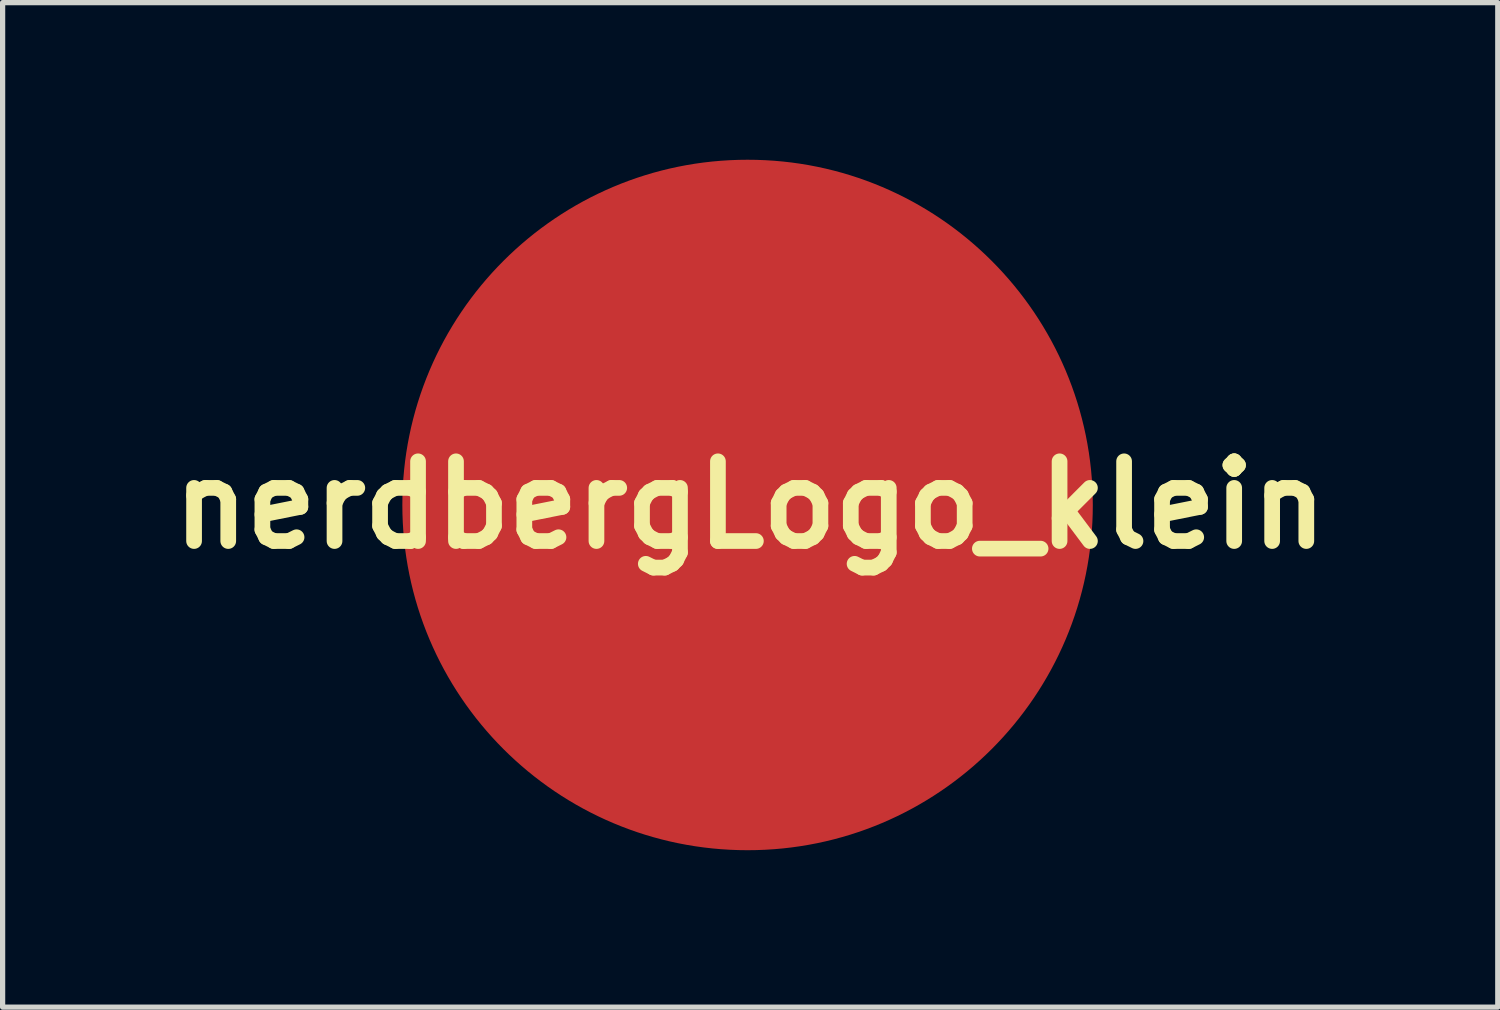
<source format=kicad_pcb>
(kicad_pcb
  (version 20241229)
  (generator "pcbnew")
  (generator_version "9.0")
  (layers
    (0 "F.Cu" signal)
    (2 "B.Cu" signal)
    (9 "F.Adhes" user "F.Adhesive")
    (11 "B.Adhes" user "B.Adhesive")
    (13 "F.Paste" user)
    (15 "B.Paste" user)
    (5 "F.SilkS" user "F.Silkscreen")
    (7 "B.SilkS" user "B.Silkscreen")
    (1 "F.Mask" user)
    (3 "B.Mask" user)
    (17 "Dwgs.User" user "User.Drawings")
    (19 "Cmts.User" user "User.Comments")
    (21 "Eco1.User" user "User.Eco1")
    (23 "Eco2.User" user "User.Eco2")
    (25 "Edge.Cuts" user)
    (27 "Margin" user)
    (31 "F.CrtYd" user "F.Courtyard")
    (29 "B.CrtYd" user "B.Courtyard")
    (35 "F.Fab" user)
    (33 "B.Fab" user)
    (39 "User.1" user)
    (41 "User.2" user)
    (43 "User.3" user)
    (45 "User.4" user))
  (footprint "nerdbergLogo_klein"
    (layer "F.Cu")
    (at 11.292 6.604)
    (property "Reference" "nerdbergLogo_klein" (at 0 0 0) (layer "F.SilkS") (effects (font (size 1.524 1.524) (thickness 0.3))))
    (attr through_hole)
    (fp_poly (pts (xy 0.528 -6.577) (xy 0.932 -6.53) (xy 0.969 -6.525) (xy 1.366 -6.451) (xy 1.757 -6.353) (xy 2.14 -6.231) (xy 2.515 -6.087) (xy 2.88 -5.919) (xy 3.235 -5.731) (xy 3.577 -5.521) (xy 3.906 -5.29) (xy 4.22 -5.039) (xy 4.519 -4.77) (xy 4.668 -4.621) (xy 4.948 -4.316) (xy 5.207 -3.998) (xy 5.443 -3.667) (xy 5.658 -3.324) (xy 5.85 -2.969) (xy 6.019 -2.602) (xy 6.166 -2.225) (xy 6.29 -1.837) (xy 6.391 -1.439) (xy 6.468 -1.031) (xy 6.515 -0.683) (xy 6.524 -0.584) (xy 6.531 -0.464) (xy 6.535 -0.329) (xy 6.538 -0.183) (xy 6.54 -0.032) (xy 6.539 0.12) (xy 6.536 0.267) (xy 6.532 0.404) (xy 6.525 0.528) (xy 6.517 0.632) (xy 6.515 0.65) (xy 6.458 1.064) (xy 6.377 1.466) (xy 6.274 1.859) (xy 6.148 2.241) (xy 5.998 2.615) (xy 5.859 2.913) (xy 5.823 2.983) (xy 5.789 3.05) (xy 5.759 3.109) (xy 5.735 3.154) (xy 5.723 3.175) (xy 5.57 3.434) (xy 5.417 3.672) (xy 5.261 3.895) (xy 5.096 4.108) (xy 4.921 4.314) (xy 4.731 4.52) (xy 4.615 4.638) (xy 4.348 4.892) (xy 4.078 5.124) (xy 3.801 5.336) (xy 3.512 5.531) (xy 3.208 5.712) (xy 2.885 5.882) (xy 2.83 5.909) (xy 2.496 6.06) (xy 2.161 6.191) (xy 1.822 6.301) (xy 1.475 6.393) (xy 1.116 6.466) (xy 0.742 6.522) (xy 0.614 6.537) (xy 0.537 6.543) (xy 0.44 6.549) (xy 0.327 6.554) (xy 0.204 6.558) (xy 0.076 6.561) (xy -0.052 6.563) (xy -0.176 6.563) (xy -0.29 6.562) (xy -0.389 6.56) (xy -0.468 6.556) (xy -0.472 6.555) (xy -0.884 6.513) (xy -1.29 6.446) (xy -1.689 6.355) (xy -2.079 6.24) (xy -2.46 6.102) (xy -2.832 5.942) (xy -3.194 5.759) (xy -3.543 5.553) (xy -3.881 5.326) (xy -4.206 5.077) (xy -4.314 4.987) (xy -4.391 4.918) (xy -4.481 4.835) (xy -4.578 4.742) (xy -4.679 4.642) (xy -4.779 4.54) (xy -4.874 4.441) (xy -4.961 4.348) (xy -5.034 4.265) (xy -5.062 4.232) (xy -5.319 3.906) (xy -5.552 3.571) (xy -5.762 3.228) (xy -5.949 2.874) (xy -6.113 2.511) (xy -6.254 2.136) (xy -6.373 1.75) (xy -6.47 1.352) (xy -6.545 0.941) (xy -6.583 0.656) (xy -6.591 0.571) (xy -6.597 0.466) (xy -6.602 0.343) (xy -6.605 0.21) (xy -6.607 0.068) (xy -6.607 -0.004) (xy -6.377 -0.004) (xy -6.375 0.202) (xy -6.368 0.39) (xy -6.357 0.565) (xy -6.341 0.734) (xy -6.318 0.902) (xy -6.289 1.078) (xy -6.256 1.246) (xy -6.165 1.632) (xy -6.05 2.012) (xy -5.911 2.385) (xy -5.749 2.748) (xy -5.565 3.101) (xy -5.36 3.441) (xy -5.137 3.763) (xy -4.941 4.013) (xy -4.723 4.261) (xy -4.491 4.503) (xy -4.247 4.732) (xy -3.998 4.944) (xy -3.842 5.066) (xy -3.539 5.279) (xy -3.218 5.477) (xy -2.883 5.657) (xy -2.539 5.818) (xy -2.188 5.958) (xy -2.021 6.016) (xy -1.655 6.125) (xy -1.28 6.212) (xy -0.9 6.276) (xy -0.517 6.317) (xy -0.136 6.335) (xy 0.241 6.329) (xy 0.283 6.327) (xy 0.692 6.292) (xy 1.093 6.233) (xy 1.485 6.15) (xy 1.87 6.043) (xy 2.245 5.912) (xy 2.612 5.757) (xy 2.97 5.579) (xy 3.318 5.377) (xy 3.382 5.337) (xy 3.711 5.112) (xy 4.024 4.868) (xy 4.321 4.605) (xy 4.6 4.324) (xy 4.862 4.026) (xy 5.105 3.712) (xy 5.328 3.382) (xy 5.531 3.038) (xy 5.713 2.681) (xy 5.723 2.66) (xy 5.879 2.296) (xy 6.011 1.925) (xy 6.119 1.548) (xy 6.203 1.166) (xy 6.264 0.78) (xy 6.301 0.392) (xy 6.314 0.003) (xy 6.303 -0.386) (xy 6.268 -0.774) (xy 6.21 -1.16) (xy 6.129 -1.541) (xy 6.023 -1.918) (xy 5.895 -2.289) (xy 5.742 -2.652) (xy 5.567 -3.007) (xy 5.558 -3.024) (xy 5.404 -3.295) (xy 5.244 -3.549) (xy 5.075 -3.79) (xy 4.892 -4.023) (xy 4.692 -4.252) (xy 4.472 -4.484) (xy 4.437 -4.519) (xy 4.244 -4.705) (xy 4.057 -4.873) (xy 3.869 -5.027) (xy 3.675 -5.173) (xy 3.468 -5.314) (xy 3.382 -5.37) (xy 3.037 -5.575) (xy 2.682 -5.757) (xy 2.318 -5.916) (xy 1.946 -6.051) (xy 1.568 -6.163) (xy 1.184 -6.25) (xy 0.795 -6.314) (xy 0.402 -6.353) (xy 0.007 -6.368) (xy -0.389 -6.358) (xy -0.786 -6.323) (xy -1.183 -6.263) (xy -1.307 -6.239) (xy -1.684 -6.15) (xy -2.057 -6.036) (xy -2.425 -5.899) (xy -2.785 -5.739) (xy -3.134 -5.558) (xy -3.472 -5.356) (xy -3.562 -5.297) (xy -3.855 -5.088) (xy -4.141 -4.858) (xy -4.417 -4.608) (xy -4.679 -4.344) (xy -4.925 -4.066) (xy -5.134 -3.801) (xy -5.357 -3.481) (xy -5.56 -3.145) (xy -5.742 -2.797) (xy -5.903 -2.437) (xy -6.042 -2.068) (xy -6.158 -1.691) (xy -6.25 -1.308) (xy -6.319 -0.921) (xy -6.319 -0.918) (xy -6.336 -0.796) (xy -6.349 -0.684) (xy -6.36 -0.579) (xy -6.367 -0.475) (xy -6.372 -0.365) (xy -6.375 -0.246) (xy -6.377 -0.11) (xy -6.377 -0.004) (xy -6.607 -0.004) (xy -6.607 -0.075) (xy -6.606 -0.217) (xy -6.603 -0.353) (xy -6.598 -0.478) (xy -6.592 -0.587) (xy -6.585 -0.676) (xy -6.583 -0.69) (xy -6.523 -1.109) (xy -6.441 -1.516) (xy -6.337 -1.91) (xy -6.211 -2.292) (xy -6.062 -2.663) (xy -5.891 -3.023) (xy -5.697 -3.373) (xy -5.48 -3.713) (xy -5.239 -4.045) (xy -5.062 -4.266) (xy -4.996 -4.342) (xy -4.915 -4.43) (xy -4.824 -4.527) (xy -4.725 -4.629) (xy -4.624 -4.73) (xy -4.525 -4.826) (xy -4.431 -4.915) (xy -4.348 -4.99) (xy -4.314 -5.02) (xy -3.996 -5.275) (xy -3.665 -5.508) (xy -3.322 -5.72) (xy -2.968 -5.909) (xy -2.604 -6.077) (xy -2.232 -6.222) (xy -1.852 -6.344) (xy -1.465 -6.442) (xy -1.073 -6.518) (xy -0.677 -6.569) (xy -0.277 -6.596) (xy 0.125 -6.599) (xy 0.528 -6.577)) (stroke (width 0.01) (type solid)) (fill yes) (layer "F.Mask"))
    (fp_poly (pts (xy 2.522 -5.746) (xy 2.552 -5.738) (xy 2.57 -5.726) (xy 2.58 -5.704) (xy 2.586 -5.665) (xy 2.588 -5.643) (xy 2.595 -5.586) (xy 2.603 -5.522) (xy 2.609 -5.484) (xy 2.614 -5.449) (xy 2.616 -5.414) (xy 2.614 -5.375) (xy 2.609 -5.327) (xy 2.599 -5.262) (xy 2.589 -5.205) (xy 2.569 -5.093) (xy 2.553 -5.004) (xy 2.538 -4.935) (xy 2.525 -4.882) (xy 2.513 -4.845) (xy 2.501 -4.819) (xy 2.493 -4.807) (xy 2.483 -4.787) (xy 2.471 -4.748) (xy 2.456 -4.69) (xy 2.439 -4.61) (xy 2.418 -4.507) (xy 2.405 -4.44) (xy 2.388 -4.348) (xy 2.372 -4.261) (xy 2.359 -4.184) (xy 2.348 -4.12) (xy 2.341 -4.073) (xy 2.338 -4.049) (xy 2.334 -3.994) (xy 2.404 -3.967) (xy 2.474 -3.939) (xy 2.474 -3.883) (xy 2.472 -3.848) (xy 2.466 -3.796) (xy 2.459 -3.732) (xy 2.449 -3.668) (xy 2.441 -3.604) (xy 2.435 -3.547) (xy 2.433 -3.502) (xy 2.434 -3.475) (xy 2.434 -3.475) (xy 2.451 -3.445) (xy 2.485 -3.413) (xy 2.496 -3.404) (xy 2.529 -3.38) (xy 2.545 -3.359) (xy 2.549 -3.332) (xy 2.549 -3.323) (xy 2.541 -3.284) (xy 2.518 -3.231) (xy 2.494 -3.187) (xy 2.441 -3.096) (xy 2.328 -2.426) (xy 2.295 -2.231) (xy 2.262 -2.039) (xy 2.23 -1.852) (xy 2.198 -1.672) (xy 2.167 -1.5) (xy 2.138 -1.338) (xy 2.111 -1.187) (xy 2.086 -1.05) (xy 2.063 -0.928) (xy 2.042 -0.822) (xy 2.025 -0.734) (xy 2.01 -0.666) (xy 2 -0.62) (xy 1.993 -0.597) (xy 1.992 -0.595) (xy 1.976 -0.586) (xy 1.946 -0.577) (xy 1.941 -0.576) (xy 1.912 -0.57) (xy 1.897 -0.564) (xy 1.896 -0.564) (xy 1.894 -0.551) (xy 1.888 -0.515) (xy 1.879 -0.457) (xy 1.866 -0.38) (xy 1.851 -0.286) (xy 1.833 -0.177) (xy 1.813 -0.054) (xy 1.79 0.081) (xy 1.767 0.225) (xy 1.742 0.378) (xy 1.715 0.535) (xy 1.689 0.697) (xy 1.662 0.861) (xy 1.634 1.025) (xy 1.608 1.187) (xy 1.581 1.345) (xy 1.556 1.498) (xy 1.532 1.643) (xy 1.51 1.778) (xy 1.489 1.902) (xy 1.484 1.933) (xy 1.453 2.12) (xy 1.425 2.284) (xy 1.401 2.428) (xy 1.379 2.555) (xy 1.359 2.667) (xy 1.341 2.766) (xy 1.325 2.855) (xy 1.309 2.936) (xy 1.293 3.013) (xy 1.277 3.086) (xy 1.261 3.16) (xy 1.244 3.236) (xy 1.229 3.298) (xy 1.171 3.551) (xy 1.117 3.795) (xy 1.068 4.026) (xy 1.024 4.243) (xy 0.985 4.443) (xy 0.953 4.624) (xy 0.928 4.783) (xy 0.927 4.793) (xy 0.915 4.866) (xy 0.903 4.932) (xy 0.891 4.987) (xy 0.881 5.025) (xy 0.876 5.038) (xy 0.862 5.068) (xy 0.841 5.112) (xy 0.817 5.163) (xy 0.812 5.174) (xy 0.768 5.263) (xy 0.723 5.335) (xy 0.669 5.402) (xy 0.625 5.449) (xy 0.528 5.533) (xy 0.419 5.604) (xy 0.306 5.659) (xy 0.272 5.671) (xy 0.227 5.685) (xy 0.186 5.695) (xy 0.142 5.702) (xy 0.088 5.706) (xy 0.019 5.71) (xy -0.032 5.711) (xy -0.127 5.713) (xy -0.202 5.712) (xy -0.261 5.707) (xy -0.307 5.7) (xy -0.307 5.7) (xy -0.429 5.665) (xy -0.542 5.619) (xy -0.641 5.565) (xy -0.725 5.505) (xy -0.79 5.44) (xy -0.833 5.373) (xy -0.834 5.371) (xy -0.872 5.273) (xy -0.903 5.158) (xy -0.93 5.026) (xy -0.952 4.875) (xy -0.97 4.702) (xy -0.983 4.507) (xy -0.988 4.399) (xy -0.992 4.301) (xy -0.994 4.203) (xy -0.995 4.103) (xy -0.995 3.998) (xy -0.994 3.887) (xy -0.991 3.767) (xy -0.987 3.636) (xy -0.981 3.491) (xy -0.973 3.331) (xy -0.964 3.153) (xy -0.953 2.955) (xy -0.94 2.734) (xy -0.936 2.657) (xy -0.921 2.393) (xy -0.908 2.153) (xy -0.897 1.937) (xy -0.89 1.741) (xy -0.884 1.566) (xy -0.881 1.409) (xy -0.881 1.271) (xy -0.884 1.148) (xy -0.889 1.041) (xy -0.898 0.947) (xy -0.909 0.866) (xy -0.923 0.795) (xy -0.94 0.735) (xy -0.96 0.684) (xy -0.983 0.639) (xy -1.009 0.601) (xy -1.023 0.584) (xy -1.103 0.512) (xy -1.197 0.458) (xy -1.301 0.424) (xy -1.411 0.411) (xy -1.523 0.419) (xy -1.565 0.428) (xy -1.659 0.457) (xy -1.736 0.492) (xy -1.801 0.536) (xy -1.855 0.593) (xy -1.902 0.665) (xy -1.943 0.755) (xy -1.983 0.867) (xy -1.994 0.904) (xy -2.006 0.945) (xy -2.018 0.985) (xy -2.028 1.027) (xy -2.038 1.071) (xy -2.048 1.119) (xy -2.058 1.173) (xy -2.068 1.233) (xy -2.079 1.301) (xy -2.09 1.38) (xy -2.101 1.469) (xy -2.114 1.571) (xy -2.127 1.687) (xy -2.142 1.818) (xy -2.158 1.967) (xy -2.176 2.133) (xy -2.196 2.32) (xy -2.218 2.528) (xy -2.242 2.758) (xy -2.263 2.962) (xy -2.294 3.264) (xy -2.323 3.543) (xy -2.35 3.798) (xy -2.374 4.03) (xy -2.396 4.24) (xy -2.416 4.429) (xy -2.434 4.598) (xy -2.45 4.748) (xy -2.464 4.879) (xy -2.476 4.992) (xy -2.487 5.088) (xy -2.496 5.168) (xy -2.504 5.233) (xy -2.509 5.273) (xy -2.533 5.457) (xy -2.534 5.335) (xy -2.534 5.252) (xy -2.532 5.146) (xy -2.527 5.021) (xy -2.52 4.878) (xy -2.512 4.719) (xy -2.502 4.546) (xy -2.49 4.36) (xy -2.477 4.164) (xy -2.463 3.96) (xy -2.448 3.749) (xy -2.431 3.534) (xy -2.415 3.316) (xy -2.397 3.098) (xy -2.379 2.88) (xy -2.361 2.666) (xy -2.343 2.457) (xy -2.324 2.255) (xy -2.306 2.062) (xy -2.289 1.88) (xy -2.272 1.711) (xy -2.255 1.557) (xy -2.239 1.419) (xy -2.225 1.3) (xy -2.211 1.201) (xy -2.199 1.124) (xy -2.193 1.095) (xy -2.148 0.912) (xy -2.094 0.751) (xy -2.032 0.612) (xy -1.962 0.495) (xy -1.884 0.402) (xy -1.799 0.332) (xy -1.785 0.324) (xy -1.698 0.281) (xy -1.605 0.256) (xy -1.5 0.246) (xy -1.425 0.248) (xy -1.275 0.265) (xy -1.143 0.301) (xy -1.029 0.354) (xy -0.933 0.425) (xy -0.855 0.513) (xy -0.796 0.619) (xy -0.756 0.741) (xy -0.751 0.763) (xy -0.736 0.854) (xy -0.726 0.967) (xy -0.719 1.101) (xy -0.717 1.258) (xy -0.719 1.437) (xy -0.724 1.64) (xy -0.735 1.866) (xy -0.749 2.117) (xy -0.757 2.244) (xy -0.777 2.553) (xy -0.793 2.841) (xy -0.807 3.11) (xy -0.818 3.363) (xy -0.826 3.605) (xy -0.831 3.837) (xy -0.834 4.064) (xy -0.834 4.209) (xy -0.834 4.339) (xy -0.833 4.447) (xy -0.832 4.538) (xy -0.829 4.615) (xy -0.826 4.681) (xy -0.822 4.742) (xy -0.816 4.8) (xy -0.809 4.856) (xy -0.792 4.976) (xy -0.774 5.074) (xy -0.752 5.155) (xy -0.725 5.224) (xy -0.691 5.284) (xy -0.65 5.341) (xy -0.598 5.398) (xy -0.588 5.407) (xy -0.535 5.456) (xy -0.484 5.493) (xy -0.429 5.52) (xy -0.366 5.539) (xy -0.287 5.553) (xy -0.19 5.564) (xy -0.178 5.565) (xy -0.031 5.57) (xy 0.096 5.562) (xy 0.205 5.539) (xy 0.227 5.532) (xy 0.335 5.488) (xy 0.442 5.431) (xy 0.54 5.365) (xy 0.623 5.294) (xy 0.658 5.257) (xy 0.7 5.205) (xy 0.738 5.152) (xy 0.768 5.104) (xy 0.786 5.066) (xy 0.791 5.047) (xy 0.787 5.028) (xy 0.772 5.016) (xy 0.741 5.007) (xy 0.69 4.999) (xy 0.675 4.998) (xy 0.633 4.994) (xy 0.611 4.996) (xy 0.602 5.003) (xy 0.601 5.011) (xy 0.596 5.032) (xy 0.581 5.069) (xy 0.561 5.115) (xy 0.553 5.131) (xy 0.488 5.238) (xy 0.407 5.327) (xy 0.31 5.395) (xy 0.199 5.443) (xy 0.074 5.47) (xy -0.034 5.476) (xy -0.163 5.466) (xy -0.284 5.437) (xy -0.392 5.392) (xy -0.487 5.33) (xy -0.563 5.254) (xy -0.61 5.185) (xy -0.633 5.139) (xy -0.652 5.09) (xy -0.669 5.034) (xy -0.684 4.971) (xy -0.695 4.898) (xy -0.705 4.813) (xy -0.712 4.714) (xy -0.718 4.6) (xy -0.722 4.468) (xy -0.724 4.316) (xy -0.725 4.142) (xy -0.725 3.984) (xy -0.725 3.876) (xy -0.725 3.779) (xy -0.724 3.692) (xy -0.724 3.611) (xy -0.723 3.536) (xy -0.721 3.463) (xy -0.719 3.389) (xy -0.716 3.314) (xy -0.713 3.234) (xy -0.709 3.147) (xy -0.704 3.051) (xy -0.697 2.943) (xy -0.69 2.821) (xy -0.681 2.683) (xy -0.671 2.527) (xy -0.66 2.35) (xy -0.648 2.161) (xy -0.641 2.037) (xy -0.635 1.893) (xy -0.631 1.736) (xy -0.627 1.571) (xy -0.626 1.404) (xy -0.626 1.368) (xy -0.625 1.244) (xy -0.626 1.144) (xy -0.626 1.062) (xy -0.627 0.996) (xy -0.629 0.943) (xy -0.632 0.9) (xy -0.636 0.863) (xy -0.641 0.83) (xy -0.647 0.798) (xy -0.653 0.771) (xy -0.689 0.642) (xy -0.738 0.533) (xy -0.801 0.44) (xy -0.883 0.36) (xy -0.985 0.289) (xy -1.067 0.244) (xy -1.153 0.205) (xy -1.226 0.178) (xy -1.294 0.163) (xy -1.366 0.157) (xy -1.45 0.158) (xy -1.463 0.159) (xy -1.607 0.177) (xy -1.734 0.211) (xy -1.845 0.264) (xy -1.942 0.337) (xy -2.028 0.43) (xy -2.104 0.545) (xy -2.113 0.561) (xy -2.13 0.594) (xy -2.146 0.624) (xy -2.161 0.653) (xy -2.174 0.682) (xy -2.187 0.714) (xy -2.199 0.749) (xy -2.21 0.788) (xy -2.221 0.833) (xy -2.232 0.886) (xy -2.243 0.947) (xy -2.254 1.018) (xy -2.266 1.101) (xy -2.279 1.197) (xy -2.292 1.307) (xy -2.307 1.433) (xy -2.324 1.576) (xy -2.342 1.737) (xy -2.362 1.918) (xy -2.384 2.12) (xy -2.409 2.345) (xy -2.435 2.58) (xy -2.455 2.769) (xy -2.476 2.959) (xy -2.498 3.149) (xy -2.519 3.337) (xy -2.54 3.52) (xy -2.56 3.697) (xy -2.58 3.865) (xy -2.598 4.022) (xy -2.615 4.165) (xy -2.631 4.293) (xy -2.644 4.403) (xy -2.656 4.494) (xy -2.665 4.562) (xy -2.668 4.581) (xy -2.685 4.695) (xy -2.679 4.53) (xy -2.676 4.467) (xy -2.671 4.382) (xy -2.664 4.275) (xy -2.655 4.149) (xy -2.644 4.007) (xy -2.631 3.85) (xy -2.617 3.681) (xy -2.602 3.501) (xy -2.586 3.313) (xy -2.569 3.119) (xy -2.552 2.921) (xy -2.534 2.721) (xy -2.516 2.522) (xy -2.497 2.325) (xy -2.479 2.132) (xy -2.462 1.946) (xy -2.444 1.77) (xy -2.428 1.604) (xy -2.412 1.451) (xy -2.398 1.313) (xy -2.384 1.193) (xy -2.377 1.125) (xy -2.36 0.993) (xy -2.343 0.884) (xy -2.325 0.792) (xy -2.305 0.713) (xy -2.281 0.645) (xy -2.253 0.583) (xy -2.219 0.522) (xy -2.192 0.481) (xy -2.093 0.354) (xy -1.982 0.249) (xy -1.859 0.166) (xy -1.725 0.105) (xy -1.582 0.068) (xy -1.43 0.054) (xy -1.418 0.054) (xy -1.266 0.066) (xy -1.122 0.102) (xy -0.988 0.16) (xy -0.865 0.241) (xy -0.755 0.342) (xy -0.659 0.464) (xy -0.655 0.47) (xy -0.622 0.524) (xy -0.593 0.576) (xy -0.571 0.63) (xy -0.552 0.687) (xy -0.539 0.752) (xy -0.529 0.826) (xy -0.522 0.912) (xy -0.519 1.014) (xy -0.518 1.135) (xy -0.52 1.276) (xy -0.521 1.361) (xy -0.528 1.627) (xy -0.539 1.908) (xy -0.554 2.205) (xy -0.573 2.523) (xy -0.586 2.72) (xy -0.601 2.952) (xy -0.612 3.183) (xy -0.621 3.411) (xy -0.627 3.634) (xy -0.63 3.85) (xy -0.63 4.057) (xy -0.627 4.253) (xy -0.622 4.437) (xy -0.614 4.605) (xy -0.603 4.757) (xy -0.59 4.89) (xy -0.574 5.003) (xy -0.555 5.093) (xy -0.549 5.116) (xy -0.517 5.181) (xy -0.461 5.243) (xy -0.381 5.303) (xy -0.291 5.352) (xy -0.182 5.406) (xy 0.137 5.406) (xy 0.232 5.356) (xy 0.317 5.302) (xy 0.394 5.238) (xy 0.459 5.167) (xy 0.504 5.098) (xy 0.524 5.05) (xy 0.538 4.994) (xy 0.548 4.923) (xy 0.55 4.908) (xy 0.552 4.889) (xy 0.71 4.889) (xy 0.713 4.915) (xy 0.723 4.932) (xy 0.737 4.943) (xy 0.758 4.951) (xy 0.771 4.954) (xy 0.81 4.964) (xy 0.84 4.967) (xy 0.855 4.964) (xy 0.855 4.963) (xy 0.857 4.944) (xy 0.863 4.903) (xy 0.872 4.846) (xy 0.883 4.776) (xy 0.896 4.697) (xy 0.91 4.613) (xy 0.925 4.528) (xy 0.939 4.447) (xy 0.952 4.372) (xy 0.964 4.309) (xy 0.964 4.308) (xy 0.983 4.21) (xy 1.005 4.099) (xy 1.03 3.979) (xy 1.057 3.853) (xy 1.085 3.724) (xy 1.113 3.596) (xy 1.141 3.471) (xy 1.168 3.353) (xy 1.193 3.246) (xy 1.215 3.151) (xy 1.235 3.074) (xy 1.25 3.016) (xy 1.256 2.996) (xy 1.258 2.982) (xy 1.247 2.976) (xy 1.22 2.976) (xy 1.197 2.977) (xy 1.132 2.981) (xy 1.076 3.155) (xy 1.024 3.33) (xy 0.974 3.519) (xy 0.924 3.725) (xy 0.874 3.951) (xy 0.825 4.197) (xy 0.775 4.465) (xy 0.746 4.628) (xy 0.73 4.723) (xy 0.718 4.796) (xy 0.712 4.85) (xy 0.71 4.889) (xy 0.552 4.889) (xy 0.554 4.864) (xy 0.561 4.8) (xy 0.571 4.719) (xy 0.581 4.625) (xy 0.593 4.522) (xy 0.606 4.415) (xy 0.613 4.359) (xy 0.627 4.234) (xy 0.643 4.093) (xy 0.66 3.941) (xy 0.677 3.787) (xy 0.692 3.639) (xy 0.706 3.503) (xy 0.709 3.476) (xy 0.721 3.359) (xy 0.733 3.239) (xy 0.746 3.122) (xy 0.759 3.012) (xy 0.771 2.914) (xy 0.776 2.875) (xy 1.108 2.875) (xy 1.114 2.901) (xy 1.128 2.916) (xy 1.152 2.922) (xy 1.186 2.923) (xy 1.2 2.923) (xy 1.24 2.921) (xy 1.261 2.913) (xy 1.274 2.896) (xy 1.274 2.895) (xy 1.278 2.878) (xy 1.286 2.838) (xy 1.297 2.777) (xy 1.311 2.695) (xy 1.328 2.595) (xy 1.348 2.479) (xy 1.37 2.349) (xy 1.394 2.205) (xy 1.42 2.05) (xy 1.448 1.885) (xy 1.476 1.713) (xy 1.506 1.535) (xy 1.536 1.353) (xy 1.566 1.167) (xy 1.596 0.982) (xy 1.626 0.797) (xy 1.656 0.614) (xy 1.685 0.436) (xy 1.713 0.264) (xy 1.739 0.1) (xy 1.763 -0.054) (xy 1.786 -0.198) (xy 1.806 -0.328) (xy 1.818 -0.404) (xy 1.828 -0.474) (xy 1.834 -0.523) (xy 1.833 -0.554) (xy 1.827 -0.572) (xy 1.813 -0.58) (xy 1.792 -0.582) (xy 1.791 -0.582) (xy 1.778 -0.578) (xy 1.766 -0.566) (xy 1.753 -0.542) (xy 1.739 -0.505) (xy 1.723 -0.451) (xy 1.704 -0.379) (xy 1.681 -0.285) (xy 1.667 -0.227) (xy 1.638 -0.098) (xy 1.606 0.052) (xy 1.571 0.223) (xy 1.533 0.411) (xy 1.493 0.615) (xy 1.452 0.83) (xy 1.411 1.055) (xy 1.368 1.288) (xy 1.326 1.525) (xy 1.284 1.765) (xy 1.242 2.004) (xy 1.203 2.24) (xy 1.165 2.47) (xy 1.129 2.693) (xy 1.129 2.695) (xy 1.116 2.776) (xy 1.109 2.835) (xy 1.108 2.875) (xy 0.776 2.875) (xy 0.781 2.834) (xy 0.786 2.796) (xy 0.792 2.761) (xy 0.801 2.702) (xy 0.814 2.622) (xy 0.83 2.523) (xy 0.849 2.406) (xy 0.871 2.274) (xy 0.895 2.128) (xy 0.921 1.971) (xy 0.948 1.804) (xy 0.977 1.63) (xy 1.007 1.45) (xy 1.038 1.265) (xy 1.069 1.079) (xy 1.1 0.893) (xy 1.13 0.709) (xy 1.161 0.528) (xy 1.19 0.353) (xy 1.218 0.186) (xy 1.244 0.029) (xy 1.269 -0.117) (xy 1.291 -0.249) (xy 1.311 -0.367) (xy 1.328 -0.466) (xy 1.33 -0.474) (xy 1.34 -0.538) (xy 1.348 -0.594) (xy 1.353 -0.636) (xy 1.355 -0.659) (xy 1.354 -0.662) (xy 1.338 -0.674) (xy 1.317 -0.684) (xy 1.294 -0.701) (xy 1.289 -0.713) (xy 1.452 -0.713) (xy 1.456 -0.702) (xy 1.463 -0.697) (xy 1.483 -0.691) (xy 1.522 -0.682) (xy 1.576 -0.672) (xy 1.64 -0.661) (xy 1.655 -0.659) (xy 1.719 -0.648) (xy 1.776 -0.639) (xy 1.819 -0.632) (xy 1.843 -0.628) (xy 1.845 -0.627) (xy 1.871 -0.624) (xy 1.907 -0.622) (xy 1.91 -0.621) (xy 1.956 -0.62) (xy 2.016 -0.927) (xy 2.031 -1.008) (xy 2.049 -1.105) (xy 2.07 -1.216) (xy 2.092 -1.339) (xy 2.116 -1.472) (xy 2.141 -1.612) (xy 2.166 -1.757) (xy 2.192 -1.905) (xy 2.218 -2.054) (xy 2.244 -2.201) (xy 2.269 -2.345) (xy 2.292 -2.482) (xy 2.314 -2.612) (xy 2.334 -2.73) (xy 2.352 -2.837) (xy 2.367 -2.928) (xy 2.378 -3.002) (xy 2.387 -3.057) (xy 2.391 -3.09) (xy 2.392 -3.098) (xy 2.38 -3.107) (xy 2.349 -3.12) (xy 2.303 -3.137) (xy 2.247 -3.154) (xy 2.186 -3.171) (xy 2.126 -3.187) (xy 2.071 -3.2) (xy 2.027 -3.208) (xy 2.001 -3.211) (xy 1.978 -3.204) (xy 1.972 -3.183) (xy 1.97 -3.156) (xy 1.962 -3.107) (xy 1.95 -3.037) (xy 1.933 -2.949) (xy 1.912 -2.845) (xy 1.889 -2.727) (xy 1.862 -2.597) (xy 1.833 -2.458) (xy 1.803 -2.311) (xy 1.77 -2.159) (xy 1.737 -2.003) (xy 1.704 -1.847) (xy 1.67 -1.692) (xy 1.636 -1.54) (xy 1.604 -1.394) (xy 1.573 -1.255) (xy 1.543 -1.127) (xy 1.516 -1.01) (xy 1.491 -0.907) (xy 1.485 -0.883) (xy 1.469 -0.813) (xy 1.458 -0.765) (xy 1.452 -0.732) (xy 1.452 -0.713) (xy 1.289 -0.713) (xy 1.287 -0.718) (xy 1.289 -0.754) (xy 1.295 -0.813) (xy 1.306 -0.898) (xy 1.321 -1.006) (xy 1.34 -1.138) (xy 1.363 -1.293) (xy 1.39 -1.471) (xy 1.421 -1.672) (xy 1.455 -1.895) (xy 1.494 -2.14) (xy 1.537 -2.407) (xy 1.54 -2.43) (xy 1.567 -2.594) (xy 1.589 -2.734) (xy 1.608 -2.854) (xy 1.624 -2.955) (xy 1.636 -3.039) (xy 1.646 -3.108) (xy 1.654 -3.164) (xy 1.659 -3.209) (xy 1.661 -3.233) (xy 2.162 -3.233) (xy 2.166 -3.229) (xy 2.24 -3.203) (xy 2.307 -3.182) (xy 2.361 -3.168) (xy 2.4 -3.16) (xy 2.418 -3.161) (xy 2.434 -3.177) (xy 2.457 -3.208) (xy 2.472 -3.234) (xy 2.495 -3.281) (xy 2.504 -3.314) (xy 2.498 -3.337) (xy 2.478 -3.356) (xy 2.476 -3.357) (xy 2.445 -3.372) (xy 2.399 -3.389) (xy 2.345 -3.405) (xy 2.294 -3.418) (xy 2.254 -3.426) (xy 2.242 -3.427) (xy 2.224 -3.423) (xy 2.215 -3.408) (xy 2.214 -3.378) (xy 2.202 -3.32) (xy 2.182 -3.282) (xy 2.163 -3.25) (xy 2.162 -3.233) (xy 1.661 -3.233) (xy 1.662 -3.245) (xy 1.663 -3.275) (xy 1.663 -3.299) (xy 1.662 -3.321) (xy 1.659 -3.342) (xy 1.657 -3.36) (xy 1.65 -3.43) (xy 1.653 -3.479) (xy 1.666 -3.511) (xy 1.69 -3.529) (xy 1.7 -3.533) (xy 1.737 -3.544) (xy 1.762 -3.554) (xy 1.858 -3.554) (xy 1.87 -3.546) (xy 1.898 -3.542) (xy 1.917 -3.541) (xy 1.951 -3.538) (xy 2.004 -3.531) (xy 2.069 -3.52) (xy 2.139 -3.507) (xy 2.208 -3.494) (xy 2.269 -3.48) (xy 2.316 -3.468) (xy 2.322 -3.466) (xy 2.358 -3.456) (xy 2.374 -3.455) (xy 2.373 -3.463) (xy 2.368 -3.469) (xy 2.346 -3.484) (xy 2.305 -3.499) (xy 2.252 -3.514) (xy 2.189 -3.529) (xy 2.121 -3.542) (xy 2.053 -3.553) (xy 1.989 -3.561) (xy 1.933 -3.565) (xy 1.89 -3.565) (xy 1.864 -3.56) (xy 1.858 -3.554) (xy 1.762 -3.554) (xy 1.764 -3.555) (xy 1.785 -3.568) (xy 1.8 -3.589) (xy 1.813 -3.62) (xy 1.817 -3.636) (xy 1.874 -3.636) (xy 1.874 -3.622) (xy 1.874 -3.622) (xy 1.89 -3.617) (xy 1.925 -3.611) (xy 1.972 -3.605) (xy 2.025 -3.6) (xy 2.077 -3.595) (xy 2.123 -3.593) (xy 2.124 -3.593) (xy 2.206 -3.592) (xy 2.284 -3.671) (xy 2.34 -3.735) (xy 2.374 -3.792) (xy 2.383 -3.813) (xy 2.399 -3.864) (xy 2.403 -3.896) (xy 2.394 -3.917) (xy 2.369 -3.93) (xy 2.338 -3.94) (xy 2.277 -3.955) (xy 2.21 -3.969) (xy 2.14 -3.98) (xy 2.074 -3.988) (xy 2.014 -3.994) (xy 1.967 -3.995) (xy 1.938 -3.992) (xy 1.93 -3.988) (xy 1.925 -3.972) (xy 1.918 -3.937) (xy 1.91 -3.888) (xy 1.901 -3.831) (xy 1.892 -3.773) (xy 1.884 -3.717) (xy 1.878 -3.669) (xy 1.874 -3.636) (xy 1.817 -3.636) (xy 1.824 -3.665) (xy 1.836 -3.728) (xy 1.85 -3.811) (xy 1.852 -3.824) (xy 1.864 -3.891) (xy 1.875 -3.949) (xy 1.885 -3.994) (xy 1.892 -4.02) (xy 1.894 -4.025) (xy 1.91 -4.03) (xy 1.945 -4.034) (xy 1.991 -4.038) (xy 2 -4.038) (xy 2.048 -4.041) (xy 2.084 -4.045) (xy 2.104 -4.049) (xy 2.105 -4.05) (xy 2.111 -4.066) (xy 2.12 -4.104) (xy 2.124 -4.124) (xy 2.272 -4.124) (xy 2.272 -4.081) (xy 2.275 -4.062) (xy 2.28 -4.066) (xy 2.289 -4.094) (xy 2.301 -4.146) (xy 2.317 -4.222) (xy 2.335 -4.321) (xy 2.357 -4.444) (xy 2.372 -4.532) (xy 2.384 -4.602) (xy 2.394 -4.667) (xy 2.402 -4.721) (xy 2.406 -4.759) (xy 2.407 -4.766) (xy 2.408 -4.799) (xy 2.401 -4.815) (xy 2.382 -4.821) (xy 2.378 -4.821) (xy 2.345 -4.825) (xy 2.317 -4.593) (xy 2.302 -4.474) (xy 2.291 -4.365) (xy 2.282 -4.269) (xy 2.276 -4.188) (xy 2.272 -4.124) (xy 2.124 -4.124) (xy 2.131 -4.159) (xy 2.143 -4.228) (xy 2.157 -4.308) (xy 2.171 -4.394) (xy 2.185 -4.482) (xy 2.199 -4.57) (xy 2.211 -4.653) (xy 2.221 -4.727) (xy 2.228 -4.79) (xy 2.233 -4.836) (xy 2.234 -4.848) (xy 2.238 -4.911) (xy 2.28 -4.911) (xy 2.283 -4.896) (xy 2.289 -4.889) (xy 2.299 -4.886) (xy 2.306 -4.886) (xy 2.336 -4.882) (xy 2.376 -4.873) (xy 2.392 -4.869) (xy 2.428 -4.859) (xy 2.453 -4.852) (xy 2.459 -4.851) (xy 2.47 -4.86) (xy 2.481 -4.883) (xy 2.488 -4.906) (xy 2.497 -4.95) (xy 2.508 -5.009) (xy 2.521 -5.077) (xy 2.534 -5.149) (xy 2.546 -5.22) (xy 2.556 -5.286) (xy 2.564 -5.339) (xy 2.569 -5.377) (xy 2.569 -5.389) (xy 2.561 -5.417) (xy 2.535 -5.436) (xy 2.488 -5.449) (xy 2.443 -5.455) (xy 2.371 -5.462) (xy 2.324 -5.203) (xy 2.307 -5.106) (xy 2.294 -5.031) (xy 2.285 -4.976) (xy 2.28 -4.937) (xy 2.28 -4.911) (xy 2.238 -4.911) (xy 2.239 -4.92) (xy 2.249 -5.009) (xy 2.263 -5.109) (xy 2.279 -5.211) (xy 2.298 -5.309) (xy 2.316 -5.395) (xy 2.323 -5.426) (xy 2.339 -5.474) (xy 2.354 -5.507) (xy 2.425 -5.507) (xy 2.44 -5.501) (xy 2.472 -5.497) (xy 2.488 -5.497) (xy 2.545 -5.497) (xy 2.541 -5.592) (xy 2.538 -5.638) (xy 2.533 -5.672) (xy 2.526 -5.688) (xy 2.525 -5.689) (xy 2.513 -5.679) (xy 2.495 -5.653) (xy 2.473 -5.617) (xy 2.452 -5.578) (xy 2.435 -5.542) (xy 2.425 -5.516) (xy 2.425 -5.507) (xy 2.354 -5.507) (xy 2.359 -5.519) (xy 2.373 -5.54) (xy 2.393 -5.572) (xy 2.418 -5.617) (xy 2.442 -5.666) (xy 2.442 -5.667) (xy 2.462 -5.711) (xy 2.477 -5.736) (xy 2.49 -5.747) (xy 2.506 -5.748) (xy 2.522 -5.746)) (stroke (width 0.01) (type solid)) (fill yes) (layer "F.Mask"))
    (pad "e1" smd circle (at -0.05 0) (size 13.2 13.2) (layers "F.Cu")))
  (gr_rect
    (start -3 -3)
    (end 25.584 16.204)
    (stroke (width 0.1) (type default))
    (fill no)
    (layer "Edge.Cuts")))
</source>
